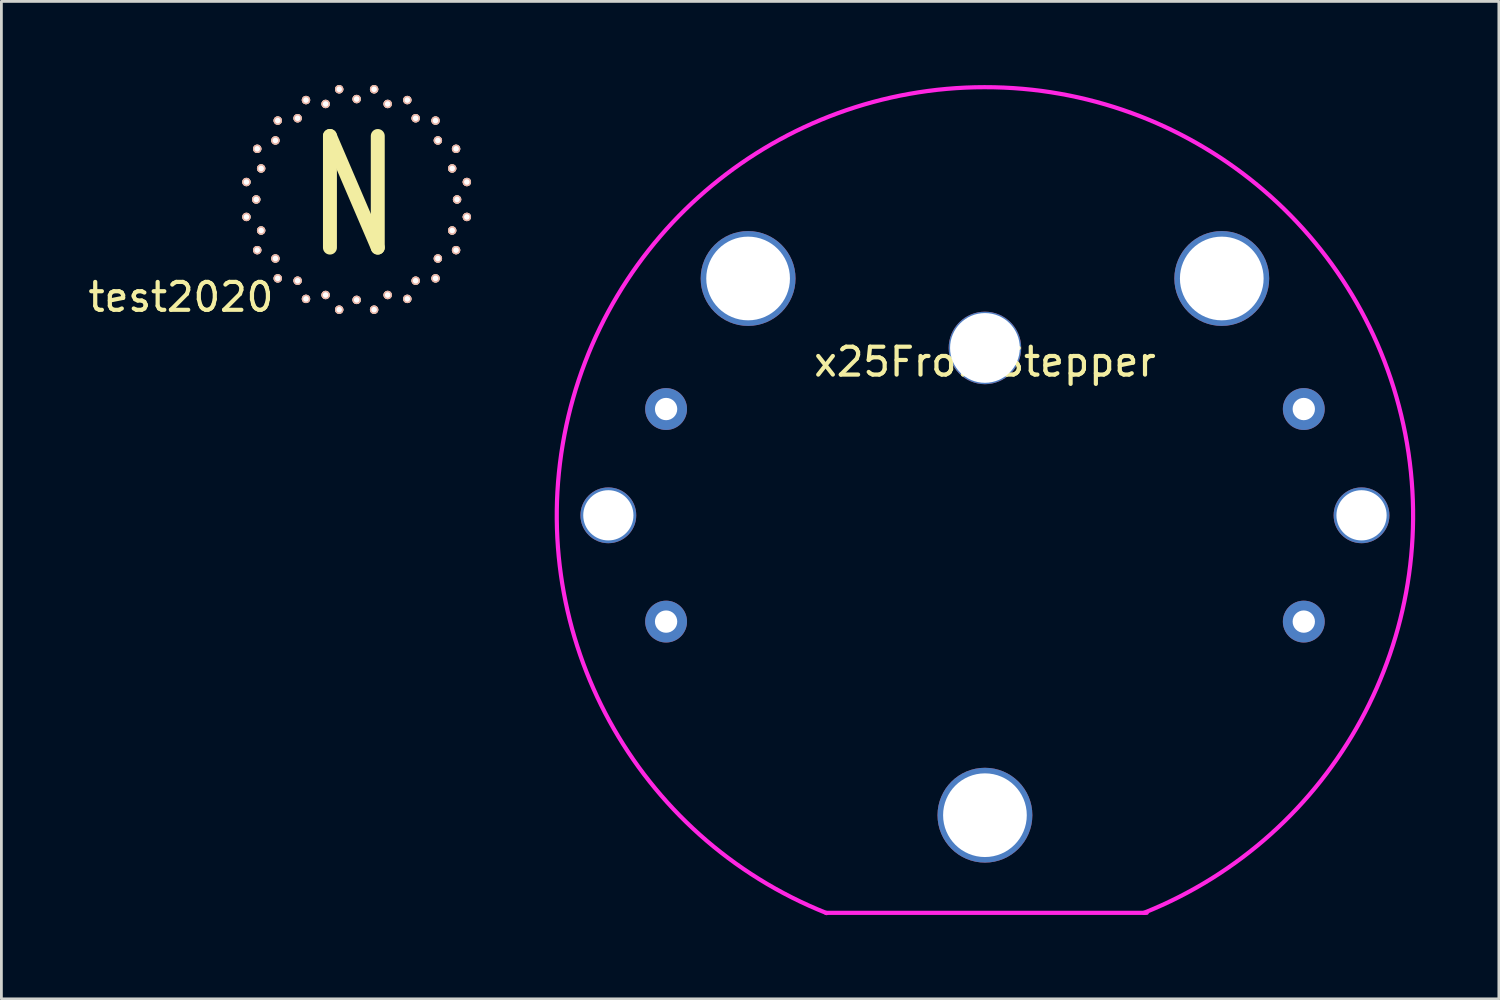
<source format=kicad_pcb>
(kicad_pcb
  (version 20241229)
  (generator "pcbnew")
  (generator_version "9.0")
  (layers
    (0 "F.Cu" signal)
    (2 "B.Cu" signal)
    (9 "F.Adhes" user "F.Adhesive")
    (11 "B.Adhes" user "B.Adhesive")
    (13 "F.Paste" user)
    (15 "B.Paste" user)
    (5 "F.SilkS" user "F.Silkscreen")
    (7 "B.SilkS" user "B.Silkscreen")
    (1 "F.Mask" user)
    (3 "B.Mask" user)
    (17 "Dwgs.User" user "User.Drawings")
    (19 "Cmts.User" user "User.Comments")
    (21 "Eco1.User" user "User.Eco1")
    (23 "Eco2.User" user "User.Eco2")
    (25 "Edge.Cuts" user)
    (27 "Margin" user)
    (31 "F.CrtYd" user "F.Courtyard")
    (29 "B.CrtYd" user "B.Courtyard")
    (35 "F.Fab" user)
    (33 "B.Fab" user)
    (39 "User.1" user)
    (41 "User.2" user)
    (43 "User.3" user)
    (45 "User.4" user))
  (footprint "test2020"
    (layer "F.Cu")
    (at 9.735 4.101)
    (property "Reference" "test2020" (at -6.3 3.5 0) (layer "F.SilkS") (effects (font (size 1 1) (thickness 0.15))))
    (attr through_hole)
    (fp_text user "N" (at -0.1 -0.1 0) (layer "F.SilkS") (effects (font (size 4 3) (thickness 0.5))))
    (pad "1" thru_hole circle (at 0 3.6) (size 0.3 0.3) (drill 0.2) (layers "*.Cu" "*.SilkS"))
    (pad "2" thru_hole circle (at 1.112 3.424) (size 0.3 0.3) (drill 0.2) (layers "*.Cu" "*.SilkS"))
    (pad "3" thru_hole circle (at 2.116 2.912) (size 0.3 0.3) (drill 0.2) (layers "*.Cu" "*.SilkS"))
    (pad "4" thru_hole circle (at 2.912 2.116) (size 0.3 0.3) (drill 0.2) (layers "*.Cu" "*.SilkS"))
    (pad "5" thru_hole circle (at 3.424 1.112) (size 0.3 0.3) (drill 0.2) (layers "*.Cu" "*.SilkS"))
    (pad "6" thru_hole circle (at 3.6 0) (size 0.3 0.3) (drill 0.2) (layers "*.Cu" "*.SilkS"))
    (pad "7" thru_hole circle (at 3.424 -1.112) (size 0.3 0.3) (drill 0.2) (layers "*.Cu" "*.SilkS"))
    (pad "8" thru_hole circle (at 2.912 -2.116) (size 0.3 0.3) (drill 0.2) (layers "*.Cu" "*.SilkS"))
    (pad "9" thru_hole circle (at 2.116 -2.912) (size 0.3 0.3) (drill 0.2) (layers "*.Cu" "*.SilkS"))
    (pad "10" thru_hole circle (at 1.112 -3.424) (size 0.3 0.3) (drill 0.2) (layers "*.Cu" "*.SilkS"))
    (pad "11" thru_hole circle (at 0 -3.6) (size 0.3 0.3) (drill 0.2) (layers "*.Cu" "*.SilkS"))
    (pad "12" thru_hole circle (at -1.112 -3.424) (size 0.3 0.3) (drill 0.2) (layers "*.Cu" "*.SilkS"))
    (pad "13" thru_hole circle (at -2.116 -2.912) (size 0.3 0.3) (drill 0.2) (layers "*.Cu" "*.SilkS"))
    (pad "14" thru_hole circle (at -2.912 -2.116) (size 0.3 0.3) (drill 0.2) (layers "*.Cu" "*.SilkS"))
    (pad "15" thru_hole circle (at -3.424 -1.112) (size 0.3 0.3) (drill 0.2) (layers "*.Cu" "*.SilkS"))
    (pad "16" thru_hole circle (at -3.6 0) (size 0.3 0.3) (drill 0.2) (layers "*.Cu" "*.SilkS"))
    (pad "17" thru_hole circle (at -3.424 1.112) (size 0.3 0.3) (drill 0.2) (layers "*.Cu" "*.SilkS"))
    (pad "18" thru_hole circle (at -2.912 2.116) (size 0.3 0.3) (drill 0.2) (layers "*.Cu" "*.SilkS"))
    (pad "19" thru_hole circle (at -2.116 2.912) (size 0.3 0.3) (drill 0.2) (layers "*.Cu" "*.SilkS"))
    (pad "20" thru_hole circle (at -1.112 3.424) (size 0.3 0.3) (drill 0.2) (layers "*.Cu" "*.SilkS"))
    (pad "21" thru_hole circle (at 0.626 3.951) (size 0.3 0.3) (drill 0.2) (layers "*.Cu" "*.SilkS"))
    (pad "22" thru_hole circle (at 1.816 3.564) (size 0.3 0.3) (drill 0.2) (layers "*.Cu" "*.SilkS"))
    (pad "23" thru_hole circle (at 2.828 2.828) (size 0.3 0.3) (drill 0.2) (layers "*.Cu" "*.SilkS"))
    (pad "24" thru_hole circle (at 3.564 1.816) (size 0.3 0.3) (drill 0.2) (layers "*.Cu" "*.SilkS"))
    (pad "25" thru_hole circle (at 3.951 0.626) (size 0.3 0.3) (drill 0.2) (layers "*.Cu" "*.SilkS"))
    (pad "26" thru_hole circle (at 3.951 -0.626) (size 0.3 0.3) (drill 0.2) (layers "*.Cu" "*.SilkS"))
    (pad "27" thru_hole circle (at 3.564 -1.816) (size 0.3 0.3) (drill 0.2) (layers "*.Cu" "*.SilkS"))
    (pad "28" thru_hole circle (at 2.828 -2.828) (size 0.3 0.3) (drill 0.2) (layers "*.Cu" "*.SilkS"))
    (pad "29" thru_hole circle (at 1.816 -3.564) (size 0.3 0.3) (drill 0.2) (layers "*.Cu" "*.SilkS"))
    (pad "30" thru_hole circle (at 0.626 -3.951) (size 0.3 0.3) (drill 0.2) (layers "*.Cu" "*.SilkS"))
    (pad "31" thru_hole circle (at -0.626 -3.951) (size 0.3 0.3) (drill 0.2) (layers "*.Cu" "*.SilkS"))
    (pad "32" thru_hole circle (at -1.816 -3.564) (size 0.3 0.3) (drill 0.2) (layers "*.Cu" "*.SilkS"))
    (pad "33" thru_hole circle (at -2.828 -2.828) (size 0.3 0.3) (drill 0.2) (layers "*.Cu" "*.SilkS"))
    (pad "34" thru_hole circle (at -3.564 -1.816) (size 0.3 0.3) (drill 0.2) (layers "*.Cu" "*.SilkS"))
    (pad "35" thru_hole circle (at -3.951 -0.626) (size 0.3 0.3) (drill 0.2) (layers "*.Cu" "*.SilkS"))
    (pad "36" thru_hole circle (at -3.951 0.626) (size 0.3 0.3) (drill 0.2) (layers "*.Cu" "*.SilkS"))
    (pad "37" thru_hole circle (at -3.564 1.816) (size 0.3 0.3) (drill 0.2) (layers "*.Cu" "*.SilkS"))
    (pad "38" thru_hole circle (at -2.828 2.828) (size 0.3 0.3) (drill 0.2) (layers "*.Cu" "*.SilkS"))
    (pad "39" thru_hole circle (at -1.816 3.564) (size 0.3 0.3) (drill 0.2) (layers "*.Cu" "*.SilkS"))
    (pad "40" thru_hole circle (at -0.626 3.951) (size 0.3 0.3) (drill 0.2) (layers "*.Cu" "*.SilkS")))
  (footprint "x25FrontStepper"
    (layer "F.Cu")
    (at 32.258 9.423)
    (property "Reference" "x25FrontStepper" (at 0 0.5 0) (layer "F.SilkS") (effects (font (size 1 1) (thickness 0.15))))
    (attr through_hole)
    (fp_line (start -5.7 20.25) (end 5.8 20.25) (stroke (width 0.15) (type solid)) (layer "F.CrtYd"))
    (fp_arc (start -5.67442 20.260205) (mid -0.01377 -9.347713) (end 5.699999 20.25) (stroke (width 0.15) (type solid)) (layer "F.CrtYd"))
    (pad "" np_thru_hole circle (at -13.5 6) (size 2 2) (drill 1.8) (layers "*.Cu" "*.Mask"))
    (pad "" np_thru_hole circle (at -8.49 -2.49) (size 3.4 3.4) (drill 3) (layers "*.Cu" "*.Mask"))
    (pad "" np_thru_hole circle (at 0 0) (size 2.6 2.6) (drill 2.5) (layers "*.Cu" "*.Mask"))
    (pad "" np_thru_hole circle (at 0 16.75) (size 3.4 3.4) (drill 3) (layers "*.Cu" "*.Mask"))
    (pad "" np_thru_hole circle (at 8.49 -2.49) (size 3.4 3.4) (drill 3) (layers "*.Cu" "*.Mask"))
    (pad "" np_thru_hole circle (at 13.5 6) (size 2 2) (drill 1.8) (layers "*.Cu" "*.Mask"))
    (pad "1" thru_hole circle (at 11.43 2.19) (size 1.5 1.5) (drill 0.8) (layers "*.Cu" "*.Mask"))
    (pad "2" thru_hole circle (at 11.43 9.81) (size 1.5 1.5) (drill 0.8) (layers "*.Cu" "*.Mask"))
    (pad "3" thru_hole circle (at -11.43 2.19) (size 1.5 1.5) (drill 0.8) (layers "*.Cu" "*.Mask"))
    (pad "4" thru_hole circle (at -11.43 9.81) (size 1.5 1.5) (drill 0.8) (layers "*.Cu" "*.Mask")))
  (gr_rect
    (start -3 -3)
    (end 50.681 32.758)
    (stroke (width 0.1) (type default))
    (fill no)
    (layer "Edge.Cuts")))
</source>
